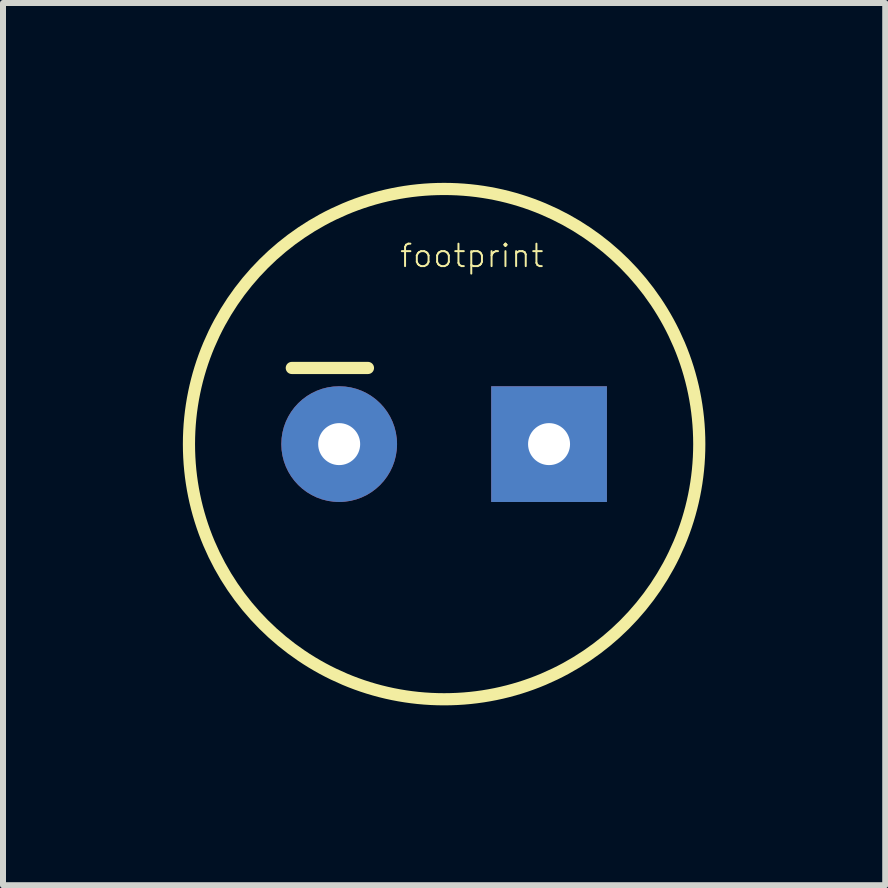
<source format=kicad_pcb>
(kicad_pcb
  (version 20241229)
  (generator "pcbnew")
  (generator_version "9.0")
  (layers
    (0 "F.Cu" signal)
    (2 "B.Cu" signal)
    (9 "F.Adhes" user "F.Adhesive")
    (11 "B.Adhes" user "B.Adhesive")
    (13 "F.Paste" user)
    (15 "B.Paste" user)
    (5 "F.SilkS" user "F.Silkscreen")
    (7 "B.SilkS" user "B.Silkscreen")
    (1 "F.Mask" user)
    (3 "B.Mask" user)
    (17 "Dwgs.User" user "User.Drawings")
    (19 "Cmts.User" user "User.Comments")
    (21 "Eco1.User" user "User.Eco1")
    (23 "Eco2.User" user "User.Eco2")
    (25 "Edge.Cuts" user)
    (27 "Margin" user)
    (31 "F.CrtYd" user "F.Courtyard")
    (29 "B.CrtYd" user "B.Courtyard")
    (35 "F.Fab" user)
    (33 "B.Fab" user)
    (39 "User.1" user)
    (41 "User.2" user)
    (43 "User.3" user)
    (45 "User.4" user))
  (footprint "footprint"
    (layer "F.Cu")
    (at 4.356 4.356)
    (property "Reference" "footprint" (at -0.762 -2.921 0) (layer "F.SilkS") (effects (font (size 0.374 0.374) (thickness 0.033)) (justify left bottom)))
    (fp_line (start -1.27 -1.27) (end -2.54 -1.27) (stroke (width 0.203) (type solid)) (layer "F.SilkS"))
    (fp_circle (center 0 0) (end 4.255 0) (stroke (width 0.203) (type solid)) (fill no) (layer "F.SilkS"))
    (pad "+" thru_hole rect (at 1.75 0) (size 1.93 1.93) (drill 0.7) (layers "*.Cu" "*.Mask"))
    (pad "-" thru_hole circle (at -1.75 0) (size 1.93 1.93) (drill 0.7) (layers "*.Cu" "*.Mask")))
  (gr_rect
    (start -3 -3)
    (end 11.712 11.712)
    (stroke (width 0.1) (type default))
    (fill no)
    (layer "Edge.Cuts")))
</source>
